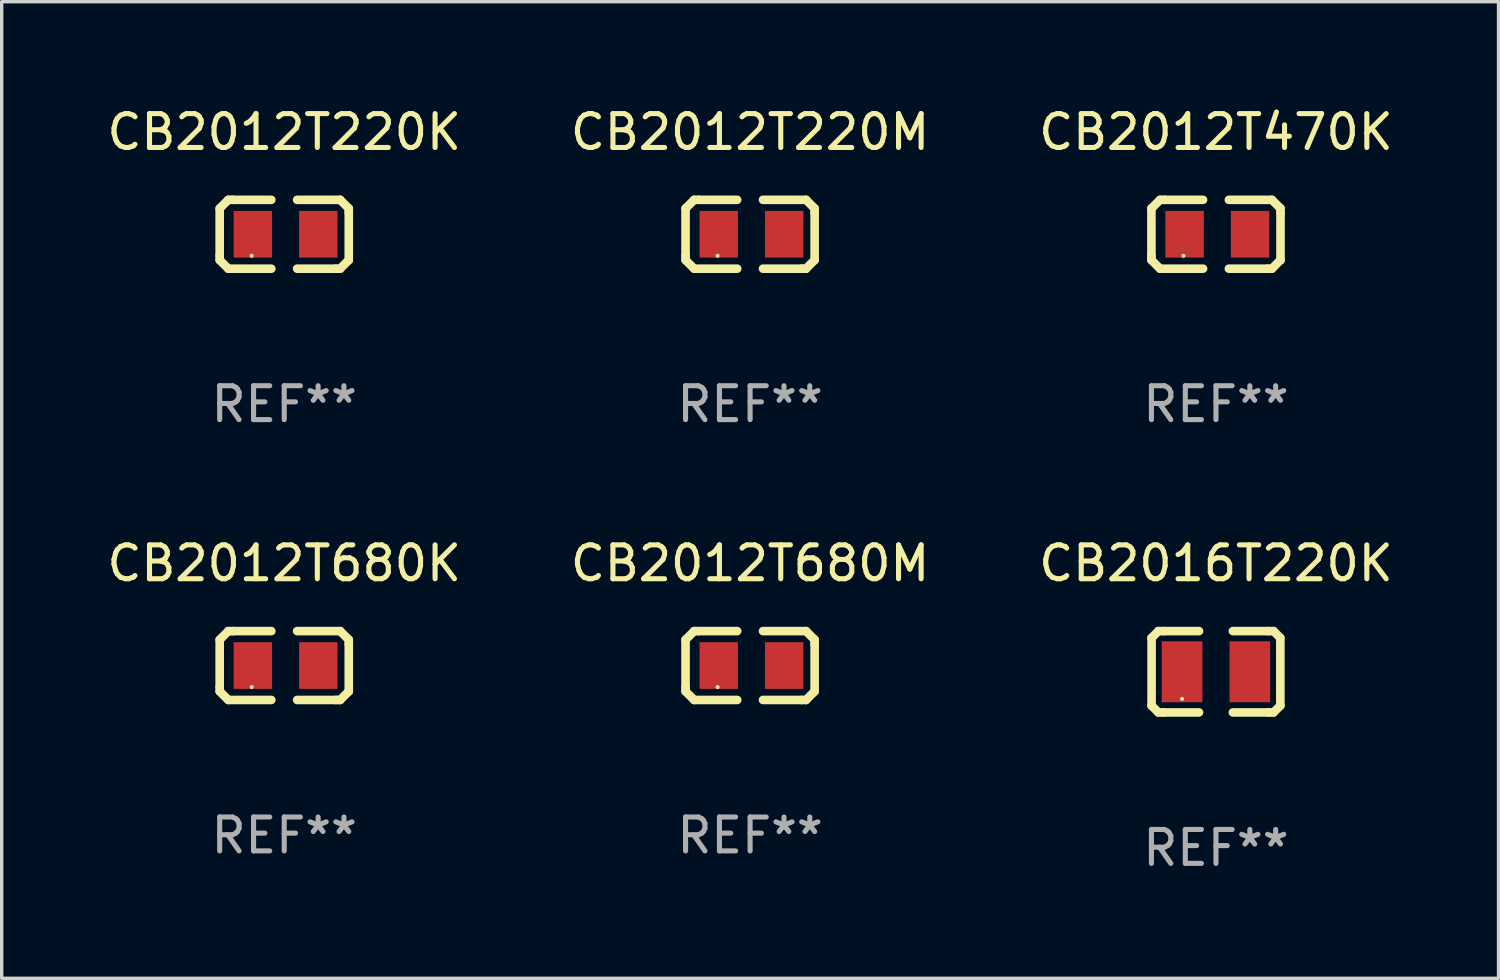
<source format=kicad_pcb>
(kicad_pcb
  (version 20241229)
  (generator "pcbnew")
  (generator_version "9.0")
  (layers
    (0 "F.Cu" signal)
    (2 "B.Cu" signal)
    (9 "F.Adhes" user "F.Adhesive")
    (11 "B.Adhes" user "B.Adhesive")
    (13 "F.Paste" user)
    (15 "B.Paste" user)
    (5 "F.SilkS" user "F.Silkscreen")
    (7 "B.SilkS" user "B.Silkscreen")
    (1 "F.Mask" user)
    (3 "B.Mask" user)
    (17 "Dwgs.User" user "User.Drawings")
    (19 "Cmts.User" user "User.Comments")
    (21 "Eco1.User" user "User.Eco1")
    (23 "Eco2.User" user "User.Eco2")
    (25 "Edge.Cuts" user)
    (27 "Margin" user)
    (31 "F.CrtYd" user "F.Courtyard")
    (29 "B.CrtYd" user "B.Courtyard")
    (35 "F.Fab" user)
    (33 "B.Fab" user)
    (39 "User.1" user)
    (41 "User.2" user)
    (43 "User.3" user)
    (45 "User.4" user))
  (footprint "CB2012T680M"
    (layer "F.Cu")
    (at 19.089 16.593)
    (property "Reference" "CB2012T680M" (at 0 -3.016 0) (layer "F.SilkS") (effects (font (size 1 1) (thickness 0.15))))
    (attr through_hole)
    (fp_line (start -1.905 -0.762) (end -1.905 0.635) (stroke (width 0.254) (type solid)) (layer "F.SilkS"))
    (fp_line (start -1.905 0.635) (end -1.905 0.762) (stroke (width 0.254) (type solid)) (layer "F.SilkS"))
    (fp_line (start -1.905 0.762) (end -1.651 1.016) (stroke (width 0.254) (type solid)) (layer "F.SilkS"))
    (fp_line (start -1.651 -1.016) (end -1.905 -0.762) (stroke (width 0.254) (type solid)) (layer "F.SilkS"))
    (fp_line (start -1.651 1.016) (end -0.381 1.016) (stroke (width 0.254) (type solid)) (layer "F.SilkS"))
    (fp_line (start -1.524 -1.016) (end -1.651 -1.016) (stroke (width 0.254) (type solid)) (layer "F.SilkS"))
    (fp_line (start -0.381 -1.016) (end -1.524 -1.016) (stroke (width 0.254) (type solid)) (layer "F.SilkS"))
    (fp_line (start 0.381 1.016) (end 1.524 1.016) (stroke (width 0.254) (type solid)) (layer "F.SilkS"))
    (fp_line (start 1.524 1.016) (end 1.651 1.016) (stroke (width 0.254) (type solid)) (layer "F.SilkS"))
    (fp_line (start 1.651 -1.016) (end 0.381 -1.016) (stroke (width 0.254) (type solid)) (layer "F.SilkS"))
    (fp_line (start 1.651 1.016) (end 1.905 0.762) (stroke (width 0.254) (type solid)) (layer "F.SilkS"))
    (fp_line (start 1.905 -0.762) (end 1.651 -1.016) (stroke (width 0.254) (type solid)) (layer "F.SilkS"))
    (fp_line (start 1.905 -0.635) (end 1.905 -0.762) (stroke (width 0.254) (type solid)) (layer "F.SilkS"))
    (fp_line (start 1.905 0.762) (end 1.905 -0.635) (stroke (width 0.254) (type solid)) (layer "F.SilkS"))
    (fp_circle (center -0.96 0.637) (end -0.93 0.637) (stroke (width 0.06) (type solid)) (fill no) (layer "F.SilkS"))
    (fp_text user "REF**" (at 0 5.016 0) (layer "F.Fab") (effects (font (size 1 1) (thickness 0.15))))
    (pad "1" smd rect (at -0.926 -0.000051) (size 1.133 1.377) (layers "F.Cu" "F.Mask" "F.Paste"))
    (pad "2" smd rect (at 1.006 -0.000051) (size 1.133 1.377) (layers "F.Cu" "F.Mask" "F.Paste")))
  (footprint "CB2012T470K"
    (layer "F.Cu")
    (at 32.839 3.864)
    (property "Reference" "CB2012T470K" (at 0 -3.016 0) (layer "F.SilkS") (effects (font (size 1 1) (thickness 0.15))))
    (attr through_hole)
    (fp_line (start -1.905 -0.762) (end -1.905 0.635) (stroke (width 0.254) (type solid)) (layer "F.SilkS"))
    (fp_line (start -1.905 0.635) (end -1.905 0.762) (stroke (width 0.254) (type solid)) (layer "F.SilkS"))
    (fp_line (start -1.905 0.762) (end -1.651 1.016) (stroke (width 0.254) (type solid)) (layer "F.SilkS"))
    (fp_line (start -1.651 -1.016) (end -1.905 -0.762) (stroke (width 0.254) (type solid)) (layer "F.SilkS"))
    (fp_line (start -1.651 1.016) (end -0.381 1.016) (stroke (width 0.254) (type solid)) (layer "F.SilkS"))
    (fp_line (start -1.524 -1.016) (end -1.651 -1.016) (stroke (width 0.254) (type solid)) (layer "F.SilkS"))
    (fp_line (start -0.381 -1.016) (end -1.524 -1.016) (stroke (width 0.254) (type solid)) (layer "F.SilkS"))
    (fp_line (start 0.381 1.016) (end 1.524 1.016) (stroke (width 0.254) (type solid)) (layer "F.SilkS"))
    (fp_line (start 1.524 1.016) (end 1.651 1.016) (stroke (width 0.254) (type solid)) (layer "F.SilkS"))
    (fp_line (start 1.651 -1.016) (end 0.381 -1.016) (stroke (width 0.254) (type solid)) (layer "F.SilkS"))
    (fp_line (start 1.651 1.016) (end 1.905 0.762) (stroke (width 0.254) (type solid)) (layer "F.SilkS"))
    (fp_line (start 1.905 -0.762) (end 1.651 -1.016) (stroke (width 0.254) (type solid)) (layer "F.SilkS"))
    (fp_line (start 1.905 -0.635) (end 1.905 -0.762) (stroke (width 0.254) (type solid)) (layer "F.SilkS"))
    (fp_line (start 1.905 0.762) (end 1.905 -0.635) (stroke (width 0.254) (type solid)) (layer "F.SilkS"))
    (fp_circle (center -0.96 0.637) (end -0.93 0.637) (stroke (width 0.06) (type solid)) (fill no) (layer "F.SilkS"))
    (fp_text user "REF**" (at 0 5.016 0) (layer "F.Fab") (effects (font (size 1 1) (thickness 0.15))))
    (pad "1" smd rect (at -0.926 -0.000051) (size 1.133 1.377) (layers "F.Cu" "F.Mask" "F.Paste"))
    (pad "2" smd rect (at 1.006 -0.000051) (size 1.133 1.377) (layers "F.Cu" "F.Mask" "F.Paste")))
  (footprint "CB2016T220K"
    (layer "F.Cu")
    (at 32.839 16.777)
    (property "Reference" "CB2016T220K" (at 0 -3.2 0) (layer "F.SilkS") (effects (font (size 1 1) (thickness 0.15))))
    (attr through_hole)
    (fp_line (start -1.9 -1) (end -1.9 1) (stroke (width 0.254) (type solid)) (layer "F.SilkS"))
    (fp_line (start -1.7 -1.2) (end -1.9 -1) (stroke (width 0.254) (type solid)) (layer "F.SilkS"))
    (fp_line (start -1.7 1.2) (end -1.9 1) (stroke (width 0.254) (type solid)) (layer "F.SilkS"))
    (fp_line (start -1.55 -1.2) (end -1.7 -1.2) (stroke (width 0.254) (type solid)) (layer "F.SilkS"))
    (fp_line (start -1.55 1.2) (end -1.7 1.2) (stroke (width 0.254) (type solid)) (layer "F.SilkS"))
    (fp_line (start -0.5 -1.2) (end -1.55 -1.2) (stroke (width 0.254) (type solid)) (layer "F.SilkS"))
    (fp_line (start -0.5 1.2) (end -1.55 1.2) (stroke (width 0.254) (type solid)) (layer "F.SilkS"))
    (fp_line (start 0.5 -1.2) (end 1.55 -1.2) (stroke (width 0.254) (type solid)) (layer "F.SilkS"))
    (fp_line (start 0.5 1.2) (end 1.55 1.2) (stroke (width 0.254) (type solid)) (layer "F.SilkS"))
    (fp_line (start 1.55 -1.2) (end 1.7 -1.2) (stroke (width 0.254) (type solid)) (layer "F.SilkS"))
    (fp_line (start 1.55 1.2) (end 1.7 1.2) (stroke (width 0.254) (type solid)) (layer "F.SilkS"))
    (fp_line (start 1.7 -1.2) (end 1.9 -1) (stroke (width 0.254) (type solid)) (layer "F.SilkS"))
    (fp_line (start 1.7 1.2) (end 1.9 1) (stroke (width 0.254) (type solid)) (layer "F.SilkS"))
    (fp_line (start 1.9 -1) (end 1.9 1) (stroke (width 0.254) (type solid)) (layer "F.SilkS"))
    (fp_circle (center -1 0.8) (end -0.97 0.8) (stroke (width 0.06) (type solid)) (fill no) (layer "F.SilkS"))
    (fp_text user "REF**" (at 0 5.2 0) (layer "F.Fab") (effects (font (size 1 1) (thickness 0.15))))
    (pad "1" smd rect (at -1 0) (size 1.2 1.8) (layers "F.Cu" "F.Mask" "F.Paste"))
    (pad "2" smd rect (at 1 0) (size 1.2 1.8) (layers "F.Cu" "F.Mask" "F.Paste")))
  (footprint "CB2012T220K"
    (layer "F.Cu")
    (at 5.339 3.864)
    (property "Reference" "CB2012T220K" (at 0 -3.016 0) (layer "F.SilkS") (effects (font (size 1 1) (thickness 0.15))))
    (attr through_hole)
    (fp_line (start -1.905 -0.762) (end -1.905 0.635) (stroke (width 0.254) (type solid)) (layer "F.SilkS"))
    (fp_line (start -1.905 0.635) (end -1.905 0.762) (stroke (width 0.254) (type solid)) (layer "F.SilkS"))
    (fp_line (start -1.905 0.762) (end -1.651 1.016) (stroke (width 0.254) (type solid)) (layer "F.SilkS"))
    (fp_line (start -1.651 -1.016) (end -1.905 -0.762) (stroke (width 0.254) (type solid)) (layer "F.SilkS"))
    (fp_line (start -1.651 1.016) (end -0.381 1.016) (stroke (width 0.254) (type solid)) (layer "F.SilkS"))
    (fp_line (start -1.524 -1.016) (end -1.651 -1.016) (stroke (width 0.254) (type solid)) (layer "F.SilkS"))
    (fp_line (start -0.381 -1.016) (end -1.524 -1.016) (stroke (width 0.254) (type solid)) (layer "F.SilkS"))
    (fp_line (start 0.381 1.016) (end 1.524 1.016) (stroke (width 0.254) (type solid)) (layer "F.SilkS"))
    (fp_line (start 1.524 1.016) (end 1.651 1.016) (stroke (width 0.254) (type solid)) (layer "F.SilkS"))
    (fp_line (start 1.651 -1.016) (end 0.381 -1.016) (stroke (width 0.254) (type solid)) (layer "F.SilkS"))
    (fp_line (start 1.651 1.016) (end 1.905 0.762) (stroke (width 0.254) (type solid)) (layer "F.SilkS"))
    (fp_line (start 1.905 -0.762) (end 1.651 -1.016) (stroke (width 0.254) (type solid)) (layer "F.SilkS"))
    (fp_line (start 1.905 -0.635) (end 1.905 -0.762) (stroke (width 0.254) (type solid)) (layer "F.SilkS"))
    (fp_line (start 1.905 0.762) (end 1.905 -0.635) (stroke (width 0.254) (type solid)) (layer "F.SilkS"))
    (fp_circle (center -0.96 0.637) (end -0.93 0.637) (stroke (width 0.06) (type solid)) (fill no) (layer "F.SilkS"))
    (fp_text user "REF**" (at 0 5.016 0) (layer "F.Fab") (effects (font (size 1 1) (thickness 0.15))))
    (pad "1" smd rect (at -0.926 -0.000051) (size 1.133 1.377) (layers "F.Cu" "F.Mask" "F.Paste"))
    (pad "2" smd rect (at 1.006 -0.000051) (size 1.133 1.377) (layers "F.Cu" "F.Mask" "F.Paste")))
  (footprint "CB2012T220M"
    (layer "F.Cu")
    (at 19.089 3.864)
    (property "Reference" "CB2012T220M" (at 0 -3.016 0) (layer "F.SilkS") (effects (font (size 1 1) (thickness 0.15))))
    (attr through_hole)
    (fp_line (start -1.905 -0.762) (end -1.905 0.635) (stroke (width 0.254) (type solid)) (layer "F.SilkS"))
    (fp_line (start -1.905 0.635) (end -1.905 0.762) (stroke (width 0.254) (type solid)) (layer "F.SilkS"))
    (fp_line (start -1.905 0.762) (end -1.651 1.016) (stroke (width 0.254) (type solid)) (layer "F.SilkS"))
    (fp_line (start -1.651 -1.016) (end -1.905 -0.762) (stroke (width 0.254) (type solid)) (layer "F.SilkS"))
    (fp_line (start -1.651 1.016) (end -0.381 1.016) (stroke (width 0.254) (type solid)) (layer "F.SilkS"))
    (fp_line (start -1.524 -1.016) (end -1.651 -1.016) (stroke (width 0.254) (type solid)) (layer "F.SilkS"))
    (fp_line (start -0.381 -1.016) (end -1.524 -1.016) (stroke (width 0.254) (type solid)) (layer "F.SilkS"))
    (fp_line (start 0.381 1.016) (end 1.524 1.016) (stroke (width 0.254) (type solid)) (layer "F.SilkS"))
    (fp_line (start 1.524 1.016) (end 1.651 1.016) (stroke (width 0.254) (type solid)) (layer "F.SilkS"))
    (fp_line (start 1.651 -1.016) (end 0.381 -1.016) (stroke (width 0.254) (type solid)) (layer "F.SilkS"))
    (fp_line (start 1.651 1.016) (end 1.905 0.762) (stroke (width 0.254) (type solid)) (layer "F.SilkS"))
    (fp_line (start 1.905 -0.762) (end 1.651 -1.016) (stroke (width 0.254) (type solid)) (layer "F.SilkS"))
    (fp_line (start 1.905 -0.635) (end 1.905 -0.762) (stroke (width 0.254) (type solid)) (layer "F.SilkS"))
    (fp_line (start 1.905 0.762) (end 1.905 -0.635) (stroke (width 0.254) (type solid)) (layer "F.SilkS"))
    (fp_circle (center -0.96 0.637) (end -0.93 0.637) (stroke (width 0.06) (type solid)) (fill no) (layer "F.SilkS"))
    (fp_text user "REF**" (at 0 5.016 0) (layer "F.Fab") (effects (font (size 1 1) (thickness 0.15))))
    (pad "1" smd rect (at -0.926 -0.000051) (size 1.133 1.377) (layers "F.Cu" "F.Mask" "F.Paste"))
    (pad "2" smd rect (at 1.006 -0.000051) (size 1.133 1.377) (layers "F.Cu" "F.Mask" "F.Paste")))
  (footprint "CB2012T680K"
    (layer "F.Cu")
    (at 5.339 16.593)
    (property "Reference" "CB2012T680K" (at 0 -3.016 0) (layer "F.SilkS") (effects (font (size 1 1) (thickness 0.15))))
    (attr through_hole)
    (fp_line (start -1.905 -0.762) (end -1.905 0.635) (stroke (width 0.254) (type solid)) (layer "F.SilkS"))
    (fp_line (start -1.905 0.635) (end -1.905 0.762) (stroke (width 0.254) (type solid)) (layer "F.SilkS"))
    (fp_line (start -1.905 0.762) (end -1.651 1.016) (stroke (width 0.254) (type solid)) (layer "F.SilkS"))
    (fp_line (start -1.651 -1.016) (end -1.905 -0.762) (stroke (width 0.254) (type solid)) (layer "F.SilkS"))
    (fp_line (start -1.651 1.016) (end -0.381 1.016) (stroke (width 0.254) (type solid)) (layer "F.SilkS"))
    (fp_line (start -1.524 -1.016) (end -1.651 -1.016) (stroke (width 0.254) (type solid)) (layer "F.SilkS"))
    (fp_line (start -0.381 -1.016) (end -1.524 -1.016) (stroke (width 0.254) (type solid)) (layer "F.SilkS"))
    (fp_line (start 0.381 1.016) (end 1.524 1.016) (stroke (width 0.254) (type solid)) (layer "F.SilkS"))
    (fp_line (start 1.524 1.016) (end 1.651 1.016) (stroke (width 0.254) (type solid)) (layer "F.SilkS"))
    (fp_line (start 1.651 -1.016) (end 0.381 -1.016) (stroke (width 0.254) (type solid)) (layer "F.SilkS"))
    (fp_line (start 1.651 1.016) (end 1.905 0.762) (stroke (width 0.254) (type solid)) (layer "F.SilkS"))
    (fp_line (start 1.905 -0.762) (end 1.651 -1.016) (stroke (width 0.254) (type solid)) (layer "F.SilkS"))
    (fp_line (start 1.905 -0.635) (end 1.905 -0.762) (stroke (width 0.254) (type solid)) (layer "F.SilkS"))
    (fp_line (start 1.905 0.762) (end 1.905 -0.635) (stroke (width 0.254) (type solid)) (layer "F.SilkS"))
    (fp_circle (center -0.96 0.637) (end -0.93 0.637) (stroke (width 0.06) (type solid)) (fill no) (layer "F.SilkS"))
    (fp_text user "REF**" (at 0 5.016 0) (layer "F.Fab") (effects (font (size 1 1) (thickness 0.15))))
    (pad "1" smd rect (at -0.926 -0.000051) (size 1.133 1.377) (layers "F.Cu" "F.Mask" "F.Paste"))
    (pad "2" smd rect (at 1.006 -0.000051) (size 1.133 1.377) (layers "F.Cu" "F.Mask" "F.Paste")))
  (gr_rect
    (start -3 -3)
    (end 41.179 25.825)
    (stroke (width 0.1) (type default))
    (fill no)
    (layer "Edge.Cuts")))
</source>
